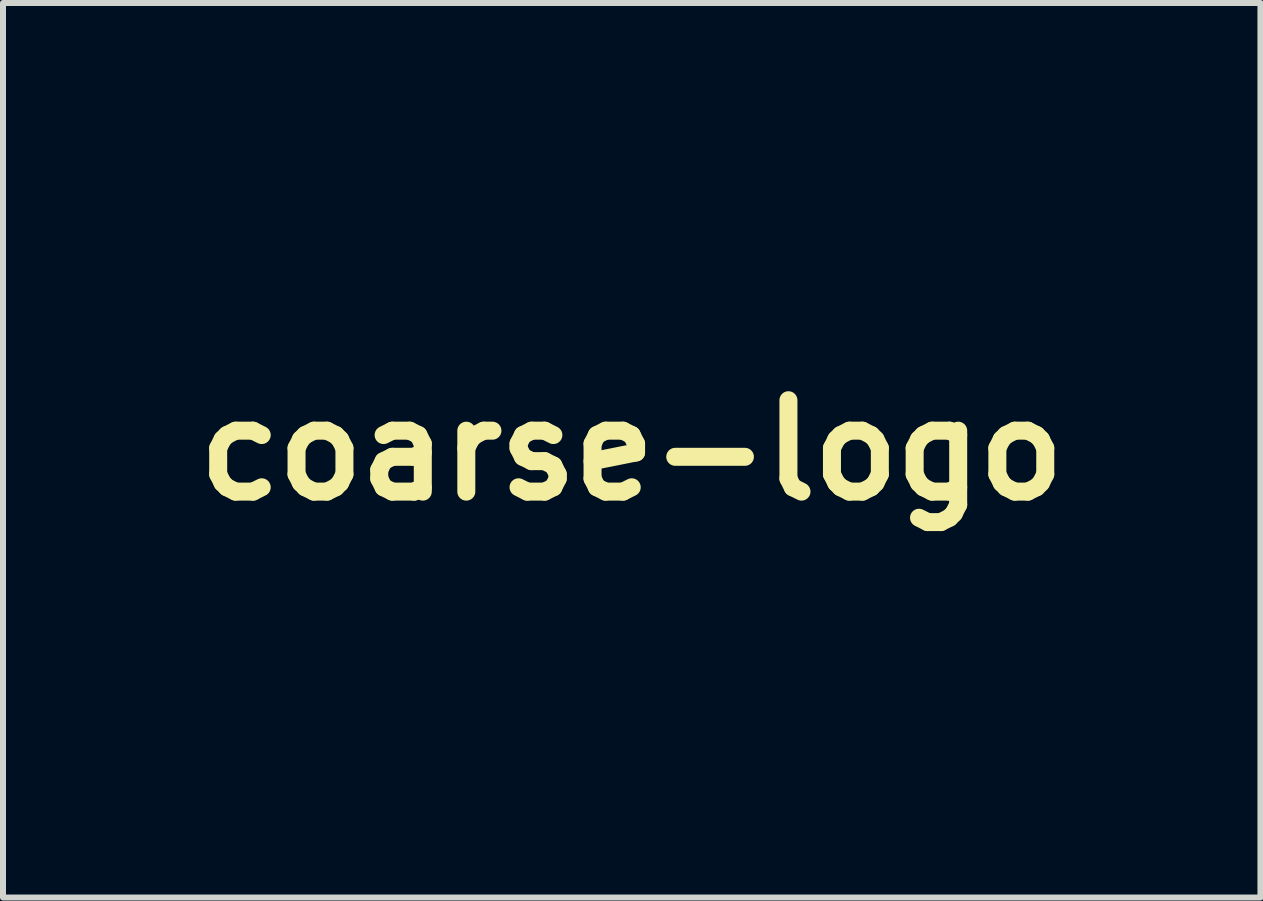
<source format=kicad_pcb>
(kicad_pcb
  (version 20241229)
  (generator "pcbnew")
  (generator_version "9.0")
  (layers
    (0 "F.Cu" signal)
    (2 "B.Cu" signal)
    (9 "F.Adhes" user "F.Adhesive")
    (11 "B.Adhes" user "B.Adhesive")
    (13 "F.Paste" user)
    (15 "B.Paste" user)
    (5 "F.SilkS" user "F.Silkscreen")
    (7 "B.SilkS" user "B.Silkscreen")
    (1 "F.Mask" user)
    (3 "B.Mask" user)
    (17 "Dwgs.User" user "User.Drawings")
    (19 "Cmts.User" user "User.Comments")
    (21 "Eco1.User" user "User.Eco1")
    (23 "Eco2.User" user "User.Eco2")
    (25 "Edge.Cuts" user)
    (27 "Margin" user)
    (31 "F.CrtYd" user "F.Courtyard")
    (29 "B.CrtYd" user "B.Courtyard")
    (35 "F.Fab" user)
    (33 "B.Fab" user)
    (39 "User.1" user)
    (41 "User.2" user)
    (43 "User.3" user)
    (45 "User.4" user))
  (footprint "coarse-logo"
    (layer "F.Cu")
    (at 7.482 4.457)
    (property "Reference" "coarse-logo" (at 0 0 0) (layer "F.SilkS") (effects (font (size 1.524 1.524) (thickness 0.3))))
    (attr through_hole)
    (fp_poly (pts (xy -0.486 -4.452) (xy -0.209 -4.451) (xy 0.098 -4.45) (xy 0.364 -4.45) (xy 0.687 -4.449) (xy 0.978 -4.448) (xy 1.239 -4.447) (xy 1.472 -4.446) (xy 1.678 -4.445) (xy 1.86 -4.444) (xy 2.02 -4.442) (xy 2.16 -4.44) (xy 2.281 -4.438) (xy 2.386 -4.435) (xy 2.476 -4.431) (xy 2.553 -4.427) (xy 2.619 -4.421) (xy 2.677 -4.415) (xy 2.727 -4.408) (xy 2.773 -4.4) (xy 2.815 -4.391) (xy 2.856 -4.381) (xy 2.898 -4.369) (xy 2.943 -4.356) (xy 2.989 -4.343) (xy 3.21 -4.266) (xy 3.413 -4.168) (xy 3.592 -4.053) (xy 3.745 -3.922) (xy 3.748 -3.92) (xy 3.843 -3.816) (xy 3.917 -3.716) (xy 3.98 -3.604) (xy 3.997 -3.568) (xy 4.046 -3.45) (xy 4.077 -3.339) (xy 4.093 -3.223) (xy 4.095 -3.09) (xy 4.094 -3.048) (xy 4.086 -2.853) (xy 3.651 -1.546) (xy 3.571 -1.308) (xy 3.502 -1.101) (xy 3.442 -0.921) (xy 3.39 -0.767) (xy 3.346 -0.637) (xy 3.308 -0.529) (xy 3.277 -0.441) (xy 3.25 -0.37) (xy 3.229 -0.314) (xy 3.211 -0.272) (xy 3.197 -0.241) (xy 3.184 -0.219) (xy 3.174 -0.205) (xy 3.165 -0.196) (xy 3.092 -0.154) (xy 3.015 -0.142) (xy 2.941 -0.16) (xy 2.877 -0.207) (xy 2.838 -0.262) (xy 2.804 -0.328) (xy 2.844 -0.473) (xy 2.882 -0.619) (xy 2.911 -0.742) (xy 2.93 -0.853) (xy 2.943 -0.96) (xy 2.949 -1.074) (xy 2.952 -1.203) (xy 2.952 -1.219) (xy 2.944 -1.436) (xy 2.921 -1.631) (xy 2.88 -1.813) (xy 2.818 -1.992) (xy 2.734 -2.177) (xy 2.727 -2.191) (xy 2.588 -2.429) (xy 2.417 -2.653) (xy 2.218 -2.864) (xy 1.991 -3.061) (xy 1.738 -3.241) (xy 1.46 -3.405) (xy 1.157 -3.551) (xy 0.833 -3.679) (xy 0.552 -3.769) (xy 0.34 -3.83) (xy 0.166 -3.776) (xy -0.21 -3.643) (xy -0.581 -3.479) (xy -0.944 -3.285) (xy -1.27 -3.08) (xy -1.612 -2.829) (xy -1.932 -2.552) (xy -2.229 -2.252) (xy -2.502 -1.93) (xy -2.749 -1.588) (xy -2.969 -1.227) (xy -3.161 -0.849) (xy -3.324 -0.455) (xy -3.412 -0.199) (xy -3.474 -0.001) (xy -3.42 0.173) (xy -3.28 0.573) (xy -3.108 0.959) (xy -2.908 1.33) (xy -2.68 1.685) (xy -2.426 2.02) (xy -2.148 2.336) (xy -1.846 2.629) (xy -1.522 2.898) (xy -1.177 3.141) (xy -0.996 3.254) (xy -0.872 3.324) (xy -0.738 3.395) (xy -0.598 3.465) (xy -0.457 3.533) (xy -0.318 3.595) (xy -0.187 3.65) (xy -0.068 3.696) (xy 0.035 3.732) (xy 0.118 3.755) (xy 0.175 3.763) (xy 0.178 3.764) (xy 0.22 3.758) (xy 0.286 3.745) (xy 0.366 3.725) (xy 0.449 3.701) (xy 0.84 3.568) (xy 1.211 3.417) (xy 1.56 3.248) (xy 1.888 3.062) (xy 2.191 2.861) (xy 2.47 2.645) (xy 2.724 2.416) (xy 2.95 2.173) (xy 3.147 1.92) (xy 3.315 1.655) (xy 3.452 1.381) (xy 3.54 1.153) (xy 3.601 0.942) (xy 3.643 0.733) (xy 3.667 0.511) (xy 3.669 0.47) (xy 3.678 0.365) (xy 3.692 0.288) (xy 3.714 0.232) (xy 3.747 0.192) (xy 3.792 0.162) (xy 3.795 0.16) (xy 3.872 0.138) (xy 3.949 0.148) (xy 4.02 0.188) (xy 4.043 0.211) (xy 4.099 0.271) (xy 4.094 1.647) (xy 4.089 3.023) (xy 4.042 3.158) (xy 3.987 3.297) (xy 3.924 3.419) (xy 3.846 3.534) (xy 3.748 3.651) (xy 3.675 3.728) (xy 3.473 3.908) (xy 3.249 4.063) (xy 3.004 4.192) (xy 2.738 4.296) (xy 2.453 4.373) (xy 2.147 4.424) (xy 2.02 4.436) (xy 1.974 4.439) (xy 1.898 4.441) (xy 1.793 4.443) (xy 1.664 4.445) (xy 1.512 4.446) (xy 1.34 4.447) (xy 1.151 4.448) (xy 0.949 4.449) (xy 0.734 4.45) (xy 0.512 4.45) (xy 0.283 4.451) (xy 0.051 4.451) (xy -0.181 4.451) (xy -0.411 4.45) (xy -0.636 4.45) (xy -0.853 4.449) (xy -1.059 4.448) (xy -1.252 4.447) (xy -1.429 4.446) (xy -1.587 4.444) (xy -1.723 4.442) (xy -1.835 4.44) (xy -1.92 4.438) (xy -1.975 4.436) (xy -1.99 4.435) (xy -2.257 4.391) (xy -2.518 4.315) (xy -2.769 4.211) (xy -3.006 4.08) (xy -3.224 3.923) (xy -3.422 3.743) (xy -3.524 3.63) (xy -3.674 3.436) (xy -3.797 3.238) (xy -3.899 3.027) (xy -3.984 2.798) (xy -4.027 2.65) (xy -4.072 2.481) (xy -4.072 2.176) (xy -3.659 2.176) (xy -3.648 2.286) (xy -3.607 2.536) (xy -3.535 2.774) (xy -3.436 2.998) (xy -3.309 3.205) (xy -3.159 3.393) (xy -2.985 3.561) (xy -2.791 3.706) (xy -2.578 3.826) (xy -2.348 3.919) (xy -2.103 3.983) (xy -2.079 3.988) (xy -1.984 4.004) (xy -1.92 4.013) (xy -1.886 4.012) (xy -1.882 4) (xy -1.908 3.977) (xy -1.917 3.971) (xy 2.269 3.971) (xy 2.278 3.979) (xy 2.286 3.971) (xy 2.278 3.962) (xy 2.269 3.971) (xy -1.917 3.971) (xy -1.931 3.962) (xy 2.318 3.962) (xy 2.32 3.962) (xy 2.347 3.958) (xy 2.397 3.947) (xy 2.463 3.931) (xy 2.499 3.921) (xy 2.72 3.85) (xy 2.924 3.76) (xy 3.108 3.653) (xy 3.271 3.531) (xy 3.41 3.396) (xy 3.522 3.251) (xy 3.605 3.097) (xy 3.648 2.971) (xy 3.661 2.919) (xy 3.669 2.881) (xy 3.669 2.868) (xy 3.658 2.878) (xy 3.631 2.908) (xy 3.594 2.953) (xy 3.589 2.96) (xy 3.407 3.169) (xy 3.194 3.37) (xy 2.953 3.561) (xy 2.687 3.74) (xy 2.493 3.853) (xy 2.422 3.893) (xy 2.367 3.926) (xy 2.331 3.95) (xy 2.318 3.962) (xy -1.931 3.962) (xy -1.964 3.939) (xy -2.05 3.887) (xy -2.068 3.877) (xy -2.367 3.681) (xy -2.649 3.458) (xy -2.912 3.213) (xy -3.153 2.947) (xy -3.367 2.665) (xy -3.553 2.369) (xy -3.584 2.313) (xy -3.659 2.176) (xy -4.072 2.176) (xy -4.075 1) (xy -3.598 1) (xy -3.59 1.051) (xy -3.571 1.134) (xy -3.543 1.249) (xy -3.539 1.262) (xy -3.441 1.585) (xy -3.311 1.899) (xy -3.151 2.2) (xy -2.964 2.487) (xy -2.751 2.757) (xy -2.513 3.006) (xy -2.254 3.231) (xy -2.235 3.246) (xy -1.985 3.423) (xy -1.713 3.583) (xy -1.429 3.72) (xy -1.139 3.831) (xy -0.931 3.893) (xy -0.843 3.915) (xy -0.763 3.931) (xy -0.697 3.942) (xy -0.651 3.946) (xy -0.628 3.944) (xy -0.629 3.937) (xy -0.647 3.927) (xy -0.689 3.905) (xy -0.748 3.875) (xy -0.806 3.846) (xy -0.813 3.843) (xy 1.34 3.843) (xy 1.358 3.842) (xy 1.407 3.829) (xy 1.487 3.805) (xy 1.599 3.768) (xy 1.626 3.76) (xy 1.94 3.643) (xy 2.232 3.508) (xy 2.503 3.356) (xy 2.749 3.188) (xy 2.97 3.005) (xy 3.163 2.809) (xy 3.328 2.6) (xy 3.463 2.38) (xy 3.53 2.242) (xy 3.568 2.149) (xy 3.592 2.086) (xy 3.6 2.052) (xy 3.592 2.047) (xy 3.569 2.069) (xy 3.53 2.119) (xy 3.514 2.142) (xy 3.29 2.428) (xy 3.045 2.694) (xy 2.776 2.942) (xy 2.482 3.174) (xy 2.161 3.391) (xy 1.811 3.594) (xy 1.566 3.72) (xy 1.465 3.77) (xy 1.394 3.807) (xy 1.352 3.831) (xy 1.34 3.843) (xy -0.813 3.843) (xy -1.133 3.673) (xy -1.441 3.483) (xy -1.737 3.272) (xy -2.025 3.035) (xy -2.311 2.77) (xy -2.363 2.718) (xy -2.583 2.49) (xy -2.777 2.269) (xy -2.952 2.049) (xy -3.112 1.822) (xy -3.262 1.581) (xy -3.407 1.32) (xy -3.468 1.202) (xy -3.519 1.103) (xy -3.557 1.032) (xy -3.583 0.991) (xy -3.596 0.98) (xy -3.598 1) (xy -4.075 1) (xy -4.077 0.069) (xy -4.077 -0.271) (xy -4.078 -0.58) (xy -4.078 -0.857) (xy -4.078 -0.996) (xy -3.6 -0.996) (xy -3.597 -0.978) (xy -3.583 -0.991) (xy -3.557 -1.033) (xy -3.519 -1.106) (xy -3.483 -1.177) (xy -3.429 -1.281) (xy -3.37 -1.392) (xy -3.311 -1.5) (xy -3.258 -1.592) (xy -3.243 -1.617) (xy -3.001 -1.983) (xy -2.732 -2.33) (xy -2.439 -2.657) (xy -2.123 -2.961) (xy -1.786 -3.24) (xy -1.43 -3.494) (xy -1.057 -3.72) (xy -0.691 -3.906) (xy 1.438 -3.906) (xy 1.466 -3.886) (xy 1.525 -3.854) (xy 1.604 -3.813) (xy 1.907 -3.64) (xy 2.184 -3.451) (xy 2.435 -3.247) (xy 2.658 -3.03) (xy 2.853 -2.799) (xy 3.018 -2.557) (xy 3.153 -2.305) (xy 3.256 -2.043) (xy 3.262 -2.023) (xy 3.293 -1.925) (xy 3.307 -1.999) (xy 3.312 -2.051) (xy 3.315 -2.123) (xy 3.313 -2.204) (xy 3.312 -2.233) (xy 3.286 -2.442) (xy 3.234 -2.637) (xy 3.152 -2.82) (xy 3.041 -2.997) (xy 2.897 -3.169) (xy 2.875 -3.193) (xy 2.704 -3.35) (xy 2.505 -3.495) (xy 2.282 -3.624) (xy 2.039 -3.736) (xy 1.78 -3.828) (xy 1.637 -3.868) (xy 1.54 -3.893) (xy 1.474 -3.908) (xy 1.441 -3.913) (xy 1.438 -3.906) (xy -0.691 -3.906) (xy -0.686 -3.908) (xy -0.623 -3.938) (xy -0.576 -3.961) (xy -0.549 -3.976) (xy -0.546 -3.979) (xy -0.582 -3.975) (xy -0.644 -3.963) (xy -0.724 -3.945) (xy -0.816 -3.923) (xy -0.913 -3.898) (xy -1.008 -3.873) (xy -1.094 -3.848) (xy -1.164 -3.825) (xy -1.489 -3.697) (xy -1.797 -3.54) (xy -2.088 -3.356) (xy -2.359 -3.146) (xy -2.608 -2.914) (xy -2.835 -2.66) (xy -3.038 -2.385) (xy -3.214 -2.093) (xy -3.364 -1.783) (xy -3.484 -1.459) (xy -3.546 -1.237) (xy -3.574 -1.125) (xy -3.592 -1.044) (xy -3.6 -0.996) (xy -4.078 -0.996) (xy -4.078 -1.106) (xy -4.078 -1.328) (xy -4.078 -1.524) (xy -4.078 -1.696) (xy -4.077 -1.847) (xy -4.076 -1.976) (xy -4.075 -2.087) (xy -4.073 -2.181) (xy -4.073 -2.193) (xy -3.66 -2.193) (xy -3.526 -2.417) (xy -3.469 -2.508) (xy -3.409 -2.603) (xy -3.351 -2.69) (xy -3.303 -2.76) (xy -3.293 -2.772) (xy -3.072 -3.047) (xy -2.836 -3.296) (xy -2.581 -3.522) (xy -2.303 -3.73) (xy -1.998 -3.923) (xy -1.989 -3.928) (xy -1.867 -3.999) (xy 2.515 -3.999) (xy 2.659 -3.911) (xy 2.856 -3.778) (xy 3.04 -3.629) (xy 3.207 -3.468) (xy 3.353 -3.301) (xy 3.474 -3.129) (xy 3.566 -2.959) (xy 3.573 -2.942) (xy 3.597 -2.892) (xy 3.616 -2.857) (xy 3.626 -2.845) (xy 3.634 -2.86) (xy 3.646 -2.899) (xy 3.655 -2.941) (xy 3.673 -3.094) (xy 3.661 -3.236) (xy 3.617 -3.371) (xy 3.542 -3.504) (xy 3.506 -3.552) (xy 3.421 -3.64) (xy 3.309 -3.724) (xy 3.175 -3.803) (xy 3.025 -3.872) (xy 2.867 -3.928) (xy 2.704 -3.97) (xy 2.599 -3.988) (xy 2.515 -3.999) (xy -1.867 -3.999) (xy -1.837 -4.017) (xy -1.956 -4.006) (xy -2.185 -3.969) (xy -2.41 -3.9) (xy -2.628 -3.803) (xy -2.834 -3.679) (xy -3.023 -3.53) (xy -3.191 -3.361) (xy -3.269 -3.265) (xy -3.408 -3.052) (xy -3.518 -2.824) (xy -3.597 -2.581) (xy -3.645 -2.323) (xy -3.648 -2.294) (xy -3.66 -2.193) (xy -4.073 -2.193) (xy -4.072 -2.26) (xy -4.07 -2.324) (xy -4.067 -2.377) (xy -4.064 -2.419) (xy -4.061 -2.453) (xy -4.058 -2.479) (xy -4.057 -2.488) (xy -3.992 -2.764) (xy -3.899 -3.026) (xy -3.777 -3.272) (xy -3.63 -3.5) (xy -3.457 -3.708) (xy -3.262 -3.894) (xy -3.046 -4.057) (xy -2.811 -4.195) (xy -2.557 -4.305) (xy -2.332 -4.376) (xy -2.288 -4.387) (xy -2.245 -4.397) (xy -2.202 -4.406) (xy -2.156 -4.414) (xy -2.106 -4.421) (xy -2.05 -4.428) (xy -1.985 -4.433) (xy -1.911 -4.438) (xy -1.825 -4.441) (xy -1.725 -4.445) (xy -1.61 -4.447) (xy -1.477 -4.449) (xy -1.325 -4.45) (xy -1.151 -4.451) (xy -0.955 -4.452) (xy -0.734 -4.452) (xy -0.486 -4.452)) (stroke (width 0.01) (type solid)) (fill yes) (layer "F.Mask")))
  (gr_rect
    (start -3 -3)
    (end 17.964 11.913)
    (stroke (width 0.1) (type default))
    (fill no)
    (layer "Edge.Cuts")))
</source>
